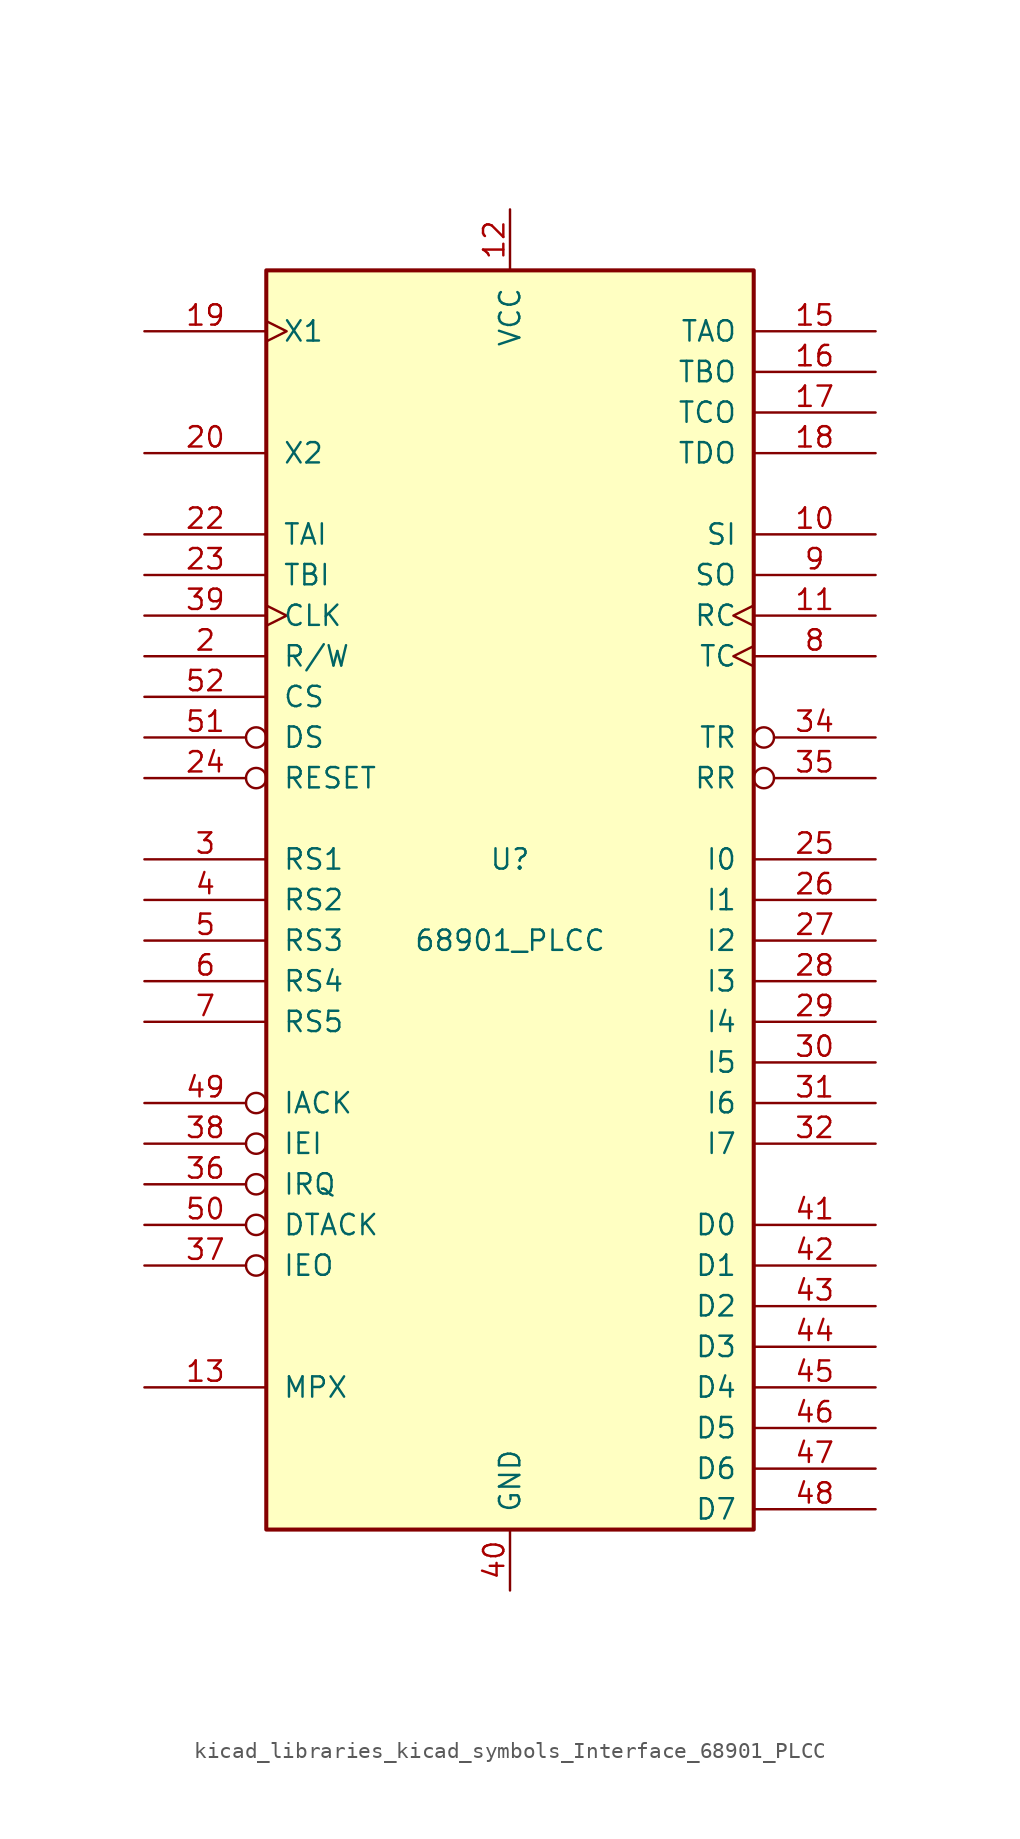
<source format=kicad_sym>
(kicad_symbol_lib
  (version 20220914)
  (generator kicad_symbol_editor)
  (symbol "kicad_libraries_kicad_symbols_Interface_68901_PLCC"
    (pin_names
      (offset 1.016))
    (property "Reference" "U"
      (at 0 2.54 0)
      (effects (font (size 1.27 1.27))))
    (property "Value" "68901_PLCC"
      (at 0 -2.54 0)
      (effects (font (size 1.27 1.27))))
    (symbol "kicad_libraries_kicad_symbols_Interface_68901_PLCC_0_1"
      (rectangle (start -15.24 -39.37) (end 15.24 39.37) (stroke (width 0.254) (type default)) (fill (type background))))
    (symbol "kicad_libraries_kicad_symbols_Interface_68901_PLCC_1_1"
      (pin input line (at 22.86 22.86 180) (length 7.62) (name "SI" (effects (font (size 1.27 1.27)))) (number "10" (effects (font (size 1.27 1.27)))))
      (pin input clock (at 22.86 17.78 180) (length 7.62) (name "RC" (effects (font (size 1.27 1.27)))) (number "11" (effects (font (size 1.27 1.27)))))
      (pin power_in line (at 0 43.18 270) (length 3.81) (name "VCC" (effects (font (size 1.27 1.27)))) (number "12" (effects (font (size 1.27 1.27)))))
      (pin input line (at -22.86 -30.48 0) (length 7.62) (name "MPX" (effects (font (size 1.27 1.27)))) (number "13" (effects (font (size 1.27 1.27)))))
      (pin output line (at 22.86 35.56 180) (length 7.62) (name "TAO" (effects (font (size 1.27 1.27)))) (number "15" (effects (font (size 1.27 1.27)))))
      (pin output line (at 22.86 33.02 180) (length 7.62) (name "TBO" (effects (font (size 1.27 1.27)))) (number "16" (effects (font (size 1.27 1.27)))))
      (pin output line (at 22.86 30.48 180) (length 7.62) (name "TCO" (effects (font (size 1.27 1.27)))) (number "17" (effects (font (size 1.27 1.27)))))
      (pin output line (at 22.86 27.94 180) (length 7.62) (name "TDO" (effects (font (size 1.27 1.27)))) (number "18" (effects (font (size 1.27 1.27)))))
      (pin input clock (at -22.86 35.56 0) (length 7.62) (name "X1" (effects (font (size 1.27 1.27)))) (number "19" (effects (font (size 1.27 1.27)))))
      (pin input line (at -22.86 15.24 0) (length 7.62) (name "R/W" (effects (font (size 1.27 1.27)))) (number "2" (effects (font (size 1.27 1.27)))))
      (pin input line (at -22.86 27.94 0) (length 7.62) (name "X2" (effects (font (size 1.27 1.27)))) (number "20" (effects (font (size 1.27 1.27)))))
      (pin input line (at -22.86 22.86 0) (length 7.62) (name "TAI" (effects (font (size 1.27 1.27)))) (number "22" (effects (font (size 1.27 1.27)))))
      (pin input line (at -22.86 20.32 0) (length 7.62) (name "TBI" (effects (font (size 1.27 1.27)))) (number "23" (effects (font (size 1.27 1.27)))))
      (pin input inverted (at -22.86 7.62 0) (length 7.62) (name "RESET" (effects (font (size 1.27 1.27)))) (number "24" (effects (font (size 1.27 1.27)))))
      (pin input line (at 22.86 2.54 180) (length 7.62) (name "I0" (effects (font (size 1.27 1.27)))) (number "25" (effects (font (size 1.27 1.27)))))
      (pin input line (at 22.86 0 180) (length 7.62) (name "I1" (effects (font (size 1.27 1.27)))) (number "26" (effects (font (size 1.27 1.27)))))
      (pin input line (at 22.86 -2.54 180) (length 7.62) (name "I2" (effects (font (size 1.27 1.27)))) (number "27" (effects (font (size 1.27 1.27)))))
      (pin input line (at 22.86 -5.08 180) (length 7.62) (name "I3" (effects (font (size 1.27 1.27)))) (number "28" (effects (font (size 1.27 1.27)))))
      (pin input line (at 22.86 -7.62 180) (length 7.62) (name "I4" (effects (font (size 1.27 1.27)))) (number "29" (effects (font (size 1.27 1.27)))))
      (pin input line (at -22.86 2.54 0) (length 7.62) (name "RS1" (effects (font (size 1.27 1.27)))) (number "3" (effects (font (size 1.27 1.27)))))
      (pin input line (at 22.86 -10.16 180) (length 7.62) (name "I5" (effects (font (size 1.27 1.27)))) (number "30" (effects (font (size 1.27 1.27)))))
      (pin input line (at 22.86 -12.7 180) (length 7.62) (name "I6" (effects (font (size 1.27 1.27)))) (number "31" (effects (font (size 1.27 1.27)))))
      (pin input line (at 22.86 -15.24 180) (length 7.62) (name "I7" (effects (font (size 1.27 1.27)))) (number "32" (effects (font (size 1.27 1.27)))))
      (pin output inverted (at 22.86 10.16 180) (length 7.62) (name "TR" (effects (font (size 1.27 1.27)))) (number "34" (effects (font (size 1.27 1.27)))))
      (pin output inverted (at 22.86 7.62 180) (length 7.62) (name "RR" (effects (font (size 1.27 1.27)))) (number "35" (effects (font (size 1.27 1.27)))))
      (pin output inverted (at -22.86 -17.78 0) (length 7.62) (name "IRQ" (effects (font (size 1.27 1.27)))) (number "36" (effects (font (size 1.27 1.27)))))
      (pin output inverted (at -22.86 -22.86 0) (length 7.62) (name "IEO" (effects (font (size 1.27 1.27)))) (number "37" (effects (font (size 1.27 1.27)))))
      (pin input inverted (at -22.86 -15.24 0) (length 7.62) (name "IEI" (effects (font (size 1.27 1.27)))) (number "38" (effects (font (size 1.27 1.27)))))
      (pin input clock (at -22.86 17.78 0) (length 7.62) (name "CLK" (effects (font (size 1.27 1.27)))) (number "39" (effects (font (size 1.27 1.27)))))
      (pin input line (at -22.86 0 0) (length 7.62) (name "RS2" (effects (font (size 1.27 1.27)))) (number "4" (effects (font (size 1.27 1.27)))))
      (pin power_in line (at 0 -43.18 90) (length 3.81) (name "GND" (effects (font (size 1.27 1.27)))) (number "40" (effects (font (size 1.27 1.27)))))
      (pin input line (at 22.86 -20.32 180) (length 7.62) (name "D0" (effects (font (size 1.27 1.27)))) (number "41" (effects (font (size 1.27 1.27)))))
      (pin input line (at 22.86 -22.86 180) (length 7.62) (name "D1" (effects (font (size 1.27 1.27)))) (number "42" (effects (font (size 1.27 1.27)))))
      (pin input line (at 22.86 -25.4 180) (length 7.62) (name "D2" (effects (font (size 1.27 1.27)))) (number "43" (effects (font (size 1.27 1.27)))))
      (pin input line (at 22.86 -27.94 180) (length 7.62) (name "D3" (effects (font (size 1.27 1.27)))) (number "44" (effects (font (size 1.27 1.27)))))
      (pin input line (at 22.86 -30.48 180) (length 7.62) (name "D4" (effects (font (size 1.27 1.27)))) (number "45" (effects (font (size 1.27 1.27)))))
      (pin input line (at 22.86 -33.02 180) (length 7.62) (name "D5" (effects (font (size 1.27 1.27)))) (number "46" (effects (font (size 1.27 1.27)))))
      (pin input line (at 22.86 -35.56 180) (length 7.62) (name "D6" (effects (font (size 1.27 1.27)))) (number "47" (effects (font (size 1.27 1.27)))))
      (pin input line (at 22.86 -38.1 180) (length 7.62) (name "D7" (effects (font (size 1.27 1.27)))) (number "48" (effects (font (size 1.27 1.27)))))
      (pin input inverted (at -22.86 -12.7 0) (length 7.62) (name "IACK" (effects (font (size 1.27 1.27)))) (number "49" (effects (font (size 1.27 1.27)))))
      (pin input line (at -22.86 -2.54 0) (length 7.62) (name "RS3" (effects (font (size 1.27 1.27)))) (number "5" (effects (font (size 1.27 1.27)))))
      (pin output inverted (at -22.86 -20.32 0) (length 7.62) (name "DTACK" (effects (font (size 1.27 1.27)))) (number "50" (effects (font (size 1.27 1.27)))))
      (pin input inverted (at -22.86 10.16 0) (length 7.62) (name "DS" (effects (font (size 1.27 1.27)))) (number "51" (effects (font (size 1.27 1.27)))))
      (pin input line (at -22.86 12.7 0) (length 7.62) (name "CS" (effects (font (size 1.27 1.27)))) (number "52" (effects (font (size 1.27 1.27)))))
      (pin input line (at -22.86 -5.08 0) (length 7.62) (name "RS4" (effects (font (size 1.27 1.27)))) (number "6" (effects (font (size 1.27 1.27)))))
      (pin input line (at -22.86 -7.62 0) (length 7.62) (name "RS5" (effects (font (size 1.27 1.27)))) (number "7" (effects (font (size 1.27 1.27)))))
      (pin input clock (at 22.86 15.24 180) (length 7.62) (name "TC" (effects (font (size 1.27 1.27)))) (number "8" (effects (font (size 1.27 1.27)))))
      (pin output line (at 22.86 20.32 180) (length 7.62) (name "SO" (effects (font (size 1.27 1.27)))) (number "9" (effects (font (size 1.27 1.27))))))))
</source>
